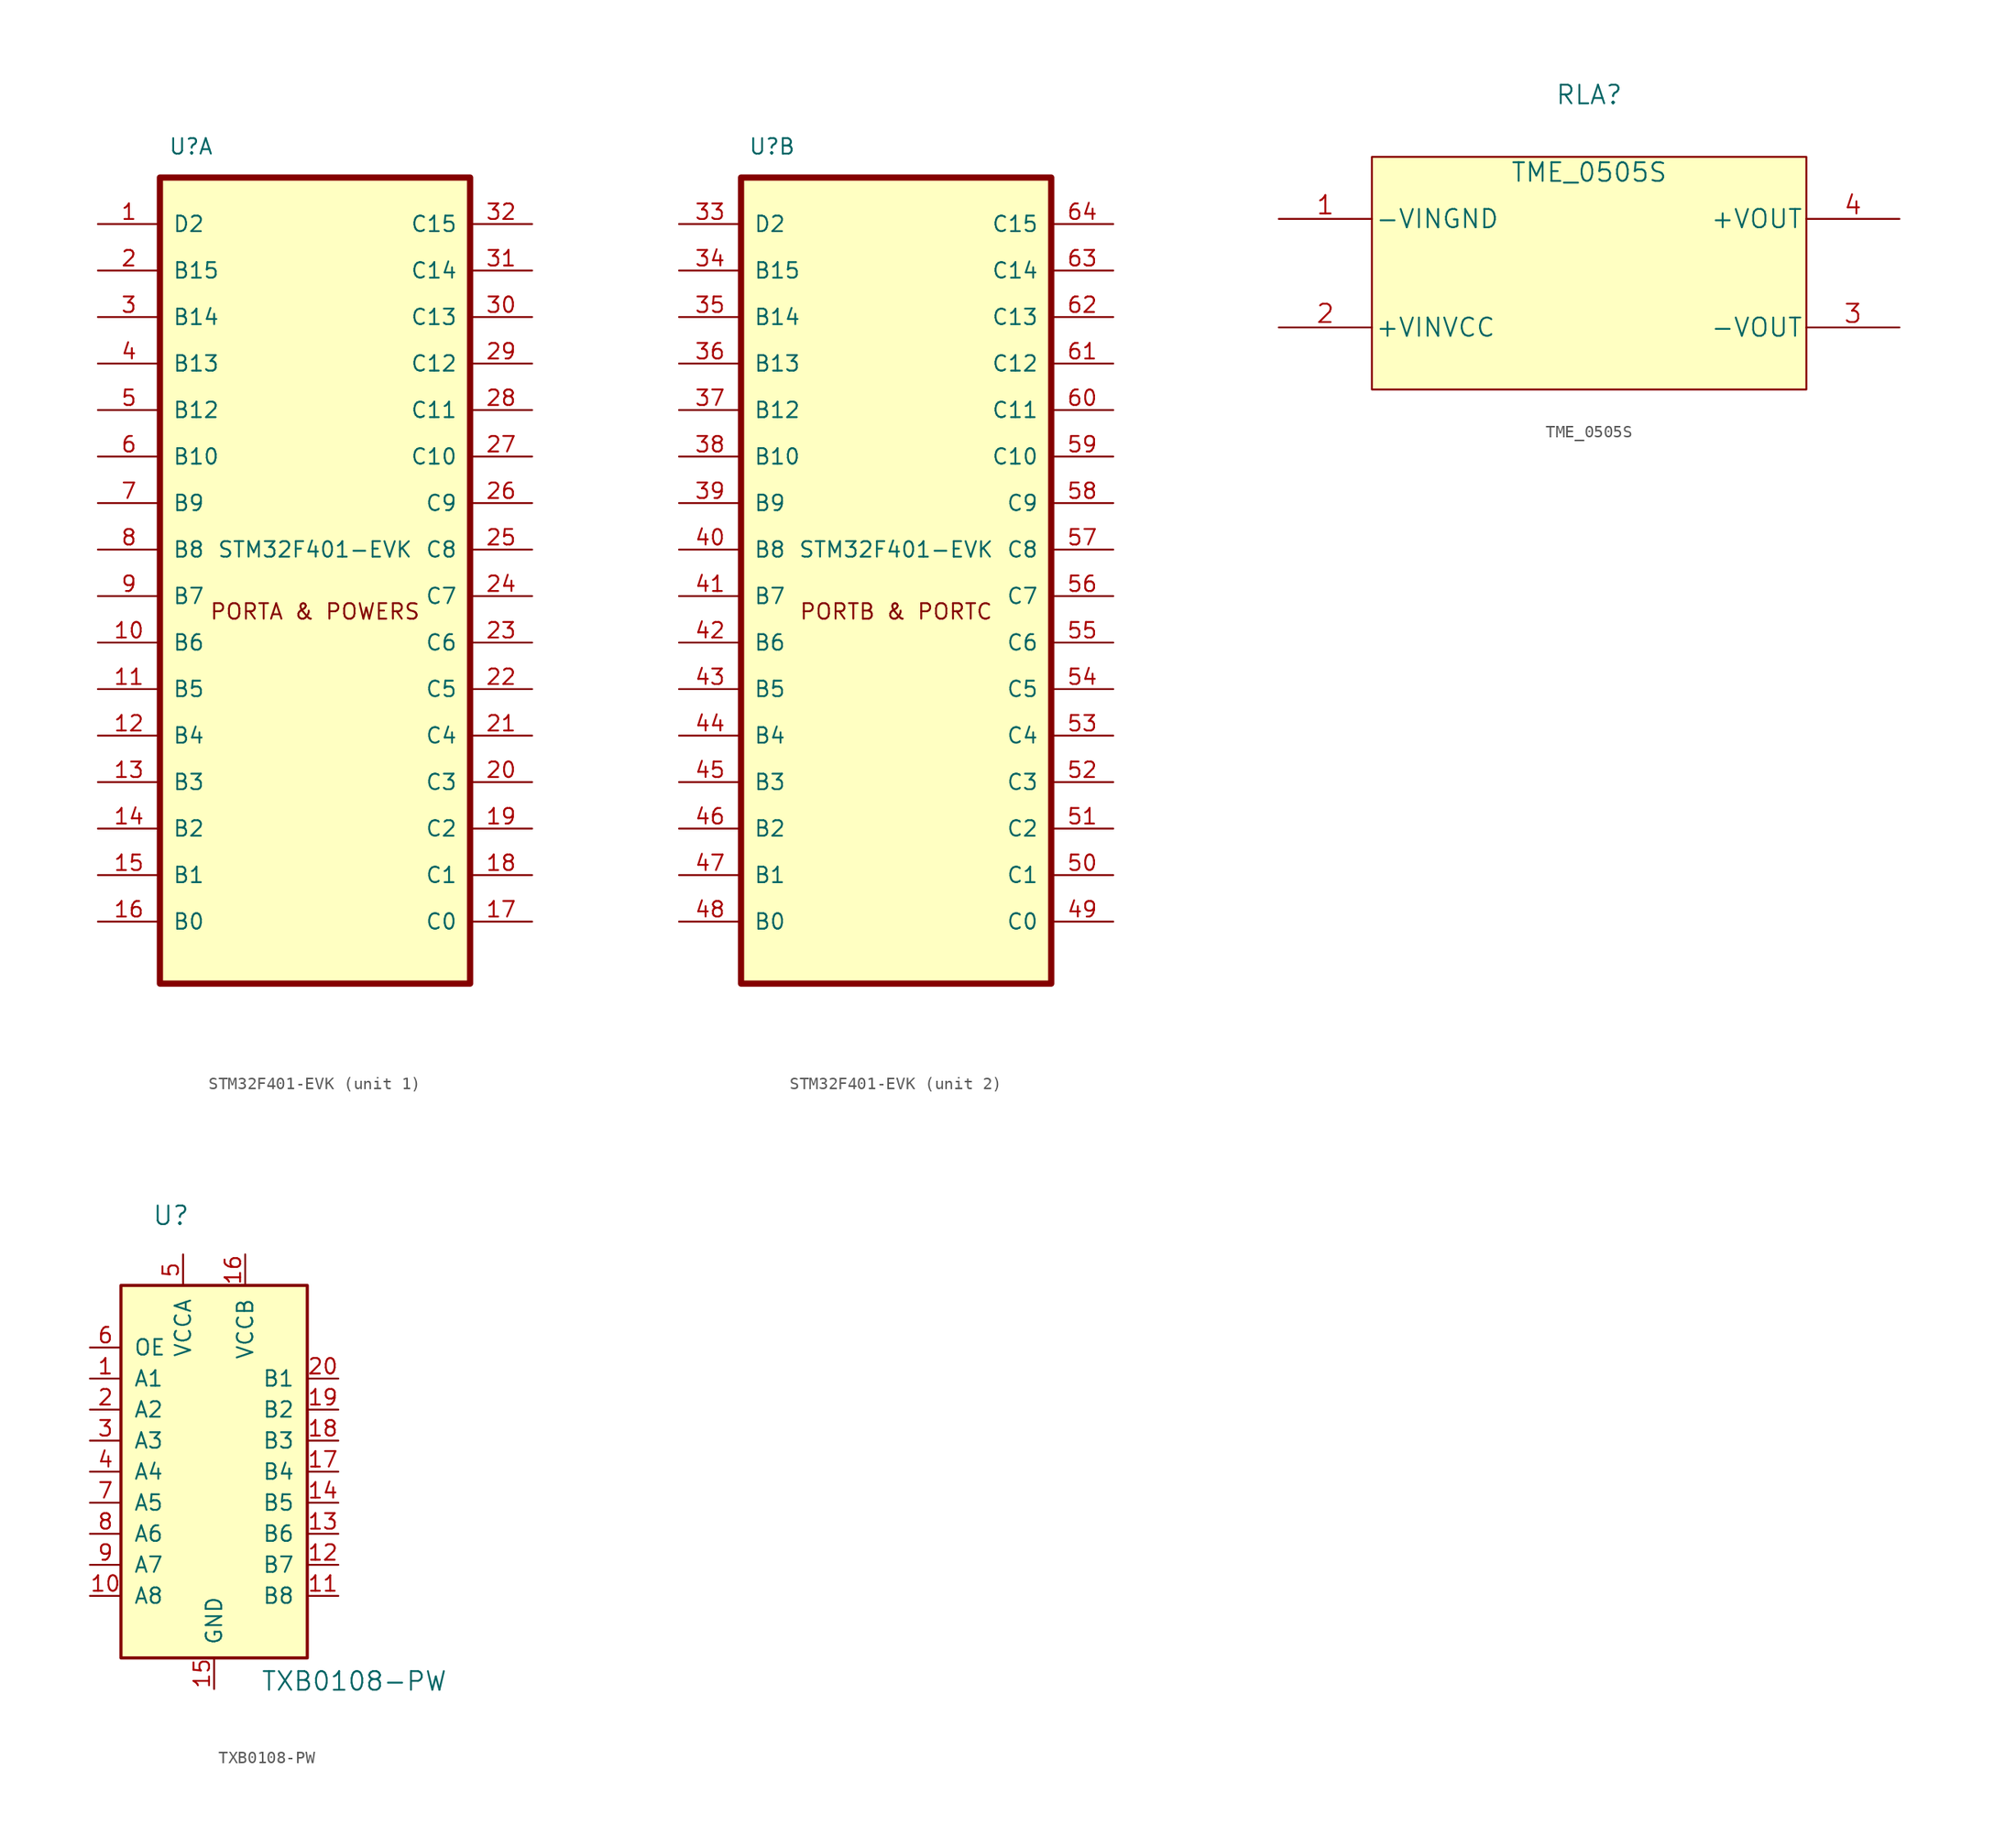
<source format=kicad_sym>
(kicad_symbol_lib
  (version 20241209)
  (generator "kicad_symbol_editor")
  (generator_version "9.0")
  (symbol "STM32F401-EVK"
    (pin_names
      (offset 1.016))
    (property "Reference" "U"
      (at -10.16 53.34 0)
      (effects (font (size 1.27 1.27))))
    (property "Value" "STM32F401-EVK"
      (at 0 20.32 0)
      (effects (font (size 1.27 1.27))))
    (symbol "STM32F401-EVK_0_1"
      (rectangle (start -12.7 50.8) (end 12.7 -15.24) (stroke (width 0.508) (type solid)) (fill (type background))))
    (symbol "STM32F401-EVK_1_0"
      (text "PORTA & POWERS" (at 0 15.24 0) (effects (font (size 1.27 1.27)))))
    (symbol "STM32F401-EVK_1_1"
      (pin bidirectional line (at -17.78 46.99 0) (length 5.08) (name "D2" (effects (font (size 1.27 1.27)))) (number "1" (effects (font (size 1.27 1.27)))))
      (pin bidirectional line (at -17.78 43.18 0) (length 5.08) (name "B15" (effects (font (size 1.27 1.27)))) (number "2" (effects (font (size 1.27 1.27)))))
      (pin bidirectional line (at -17.78 39.37 0) (length 5.08) (name "B14" (effects (font (size 1.27 1.27)))) (number "3" (effects (font (size 1.27 1.27)))))
      (pin bidirectional line (at -17.78 35.56 0) (length 5.08) (name "B13" (effects (font (size 1.27 1.27)))) (number "4" (effects (font (size 1.27 1.27)))))
      (pin bidirectional line (at -17.78 31.75 0) (length 5.08) (name "B12" (effects (font (size 1.27 1.27)))) (number "5" (effects (font (size 1.27 1.27)))))
      (pin bidirectional line (at -17.78 27.94 0) (length 5.08) (name "B10" (effects (font (size 1.27 1.27)))) (number "6" (effects (font (size 1.27 1.27)))))
      (pin bidirectional line (at -17.78 24.13 0) (length 5.08) (name "B9" (effects (font (size 1.27 1.27)))) (number "7" (effects (font (size 1.27 1.27)))))
      (pin bidirectional line (at -17.78 20.32 0) (length 5.08) (name "B8" (effects (font (size 1.27 1.27)))) (number "8" (effects (font (size 1.27 1.27)))))
      (pin bidirectional line (at -17.78 16.51 0) (length 5.08) (name "B7" (effects (font (size 1.27 1.27)))) (number "9" (effects (font (size 1.27 1.27)))))
      (pin bidirectional line (at -17.78 12.7 0) (length 5.08) (name "B6" (effects (font (size 1.27 1.27)))) (number "10" (effects (font (size 1.27 1.27)))))
      (pin bidirectional line (at -17.78 8.89 0) (length 5.08) (name "B5" (effects (font (size 1.27 1.27)))) (number "11" (effects (font (size 1.27 1.27)))))
      (pin bidirectional line (at -17.78 5.08 0) (length 5.08) (name "B4" (effects (font (size 1.27 1.27)))) (number "12" (effects (font (size 1.27 1.27)))))
      (pin bidirectional line (at -17.78 1.27 0) (length 5.08) (name "B3" (effects (font (size 1.27 1.27)))) (number "13" (effects (font (size 1.27 1.27)))))
      (pin bidirectional line (at -17.78 -2.54 0) (length 5.08) (name "B2" (effects (font (size 1.27 1.27)))) (number "14" (effects (font (size 1.27 1.27)))))
      (pin bidirectional line (at -17.78 -6.35 0) (length 5.08) (name "B1" (effects (font (size 1.27 1.27)))) (number "15" (effects (font (size 1.27 1.27)))))
      (pin bidirectional line (at -17.78 -10.16 0) (length 5.08) (name "B0" (effects (font (size 1.27 1.27)))) (number "16" (effects (font (size 1.27 1.27)))))
      (pin bidirectional line (at 17.78 46.99 180) (length 5.08) (name "C15" (effects (font (size 1.27 1.27)))) (number "32" (effects (font (size 1.27 1.27)))))
      (pin bidirectional line (at 17.78 43.18 180) (length 5.08) (name "C14" (effects (font (size 1.27 1.27)))) (number "31" (effects (font (size 1.27 1.27)))))
      (pin bidirectional line (at 17.78 39.37 180) (length 5.08) (name "C13" (effects (font (size 1.27 1.27)))) (number "30" (effects (font (size 1.27 1.27)))))
      (pin bidirectional line (at 17.78 35.56 180) (length 5.08) (name "C12" (effects (font (size 1.27 1.27)))) (number "29" (effects (font (size 1.27 1.27)))))
      (pin bidirectional line (at 17.78 31.75 180) (length 5.08) (name "C11" (effects (font (size 1.27 1.27)))) (number "28" (effects (font (size 1.27 1.27)))))
      (pin bidirectional line (at 17.78 27.94 180) (length 5.08) (name "C10" (effects (font (size 1.27 1.27)))) (number "27" (effects (font (size 1.27 1.27)))))
      (pin bidirectional line (at 17.78 24.13 180) (length 5.08) (name "C9" (effects (font (size 1.27 1.27)))) (number "26" (effects (font (size 1.27 1.27)))))
      (pin bidirectional line (at 17.78 20.32 180) (length 5.08) (name "C8" (effects (font (size 1.27 1.27)))) (number "25" (effects (font (size 1.27 1.27)))))
      (pin bidirectional line (at 17.78 16.51 180) (length 5.08) (name "C7" (effects (font (size 1.27 1.27)))) (number "24" (effects (font (size 1.27 1.27)))))
      (pin bidirectional line (at 17.78 12.7 180) (length 5.08) (name "C6" (effects (font (size 1.27 1.27)))) (number "23" (effects (font (size 1.27 1.27)))))
      (pin bidirectional line (at 17.78 8.89 180) (length 5.08) (name "C5" (effects (font (size 1.27 1.27)))) (number "22" (effects (font (size 1.27 1.27)))))
      (pin bidirectional line (at 17.78 5.08 180) (length 5.08) (name "C4" (effects (font (size 1.27 1.27)))) (number "21" (effects (font (size 1.27 1.27)))))
      (pin bidirectional line (at 17.78 1.27 180) (length 5.08) (name "C3" (effects (font (size 1.27 1.27)))) (number "20" (effects (font (size 1.27 1.27)))))
      (pin bidirectional line (at 17.78 -2.54 180) (length 5.08) (name "C2" (effects (font (size 1.27 1.27)))) (number "19" (effects (font (size 1.27 1.27)))))
      (pin bidirectional line (at 17.78 -6.35 180) (length 5.08) (name "C1" (effects (font (size 1.27 1.27)))) (number "18" (effects (font (size 1.27 1.27)))))
      (pin bidirectional line (at 17.78 -10.16 180) (length 5.08) (name "C0" (effects (font (size 1.27 1.27)))) (number "17" (effects (font (size 1.27 1.27))))))
    (symbol "STM32F401-EVK_2_0"
      (text "PORTB & PORTC" (at 0 15.24 0) (effects (font (size 1.27 1.27)))))
    (symbol "STM32F401-EVK_2_1"
      (pin bidirectional line (at -17.78 46.99 0) (length 5.08) (name "D2" (effects (font (size 1.27 1.27)))) (number "33" (effects (font (size 1.27 1.27)))))
      (pin bidirectional line (at -17.78 43.18 0) (length 5.08) (name "B15" (effects (font (size 1.27 1.27)))) (number "34" (effects (font (size 1.27 1.27)))))
      (pin bidirectional line (at -17.78 39.37 0) (length 5.08) (name "B14" (effects (font (size 1.27 1.27)))) (number "35" (effects (font (size 1.27 1.27)))))
      (pin bidirectional line (at -17.78 35.56 0) (length 5.08) (name "B13" (effects (font (size 1.27 1.27)))) (number "36" (effects (font (size 1.27 1.27)))))
      (pin bidirectional line (at -17.78 31.75 0) (length 5.08) (name "B12" (effects (font (size 1.27 1.27)))) (number "37" (effects (font (size 1.27 1.27)))))
      (pin bidirectional line (at -17.78 27.94 0) (length 5.08) (name "B10" (effects (font (size 1.27 1.27)))) (number "38" (effects (font (size 1.27 1.27)))))
      (pin bidirectional line (at -17.78 24.13 0) (length 5.08) (name "B9" (effects (font (size 1.27 1.27)))) (number "39" (effects (font (size 1.27 1.27)))))
      (pin bidirectional line (at -17.78 20.32 0) (length 5.08) (name "B8" (effects (font (size 1.27 1.27)))) (number "40" (effects (font (size 1.27 1.27)))))
      (pin bidirectional line (at -17.78 16.51 0) (length 5.08) (name "B7" (effects (font (size 1.27 1.27)))) (number "41" (effects (font (size 1.27 1.27)))))
      (pin bidirectional line (at -17.78 12.7 0) (length 5.08) (name "B6" (effects (font (size 1.27 1.27)))) (number "42" (effects (font (size 1.27 1.27)))))
      (pin bidirectional line (at -17.78 8.89 0) (length 5.08) (name "B5" (effects (font (size 1.27 1.27)))) (number "43" (effects (font (size 1.27 1.27)))))
      (pin bidirectional line (at -17.78 5.08 0) (length 5.08) (name "B4" (effects (font (size 1.27 1.27)))) (number "44" (effects (font (size 1.27 1.27)))))
      (pin bidirectional line (at -17.78 1.27 0) (length 5.08) (name "B3" (effects (font (size 1.27 1.27)))) (number "45" (effects (font (size 1.27 1.27)))))
      (pin bidirectional line (at -17.78 -2.54 0) (length 5.08) (name "B2" (effects (font (size 1.27 1.27)))) (number "46" (effects (font (size 1.27 1.27)))))
      (pin bidirectional line (at -17.78 -6.35 0) (length 5.08) (name "B1" (effects (font (size 1.27 1.27)))) (number "47" (effects (font (size 1.27 1.27)))))
      (pin bidirectional line (at -17.78 -10.16 0) (length 5.08) (name "B0" (effects (font (size 1.27 1.27)))) (number "48" (effects (font (size 1.27 1.27)))))
      (pin bidirectional line (at 17.78 46.99 180) (length 5.08) (name "C15" (effects (font (size 1.27 1.27)))) (number "64" (effects (font (size 1.27 1.27)))))
      (pin bidirectional line (at 17.78 43.18 180) (length 5.08) (name "C14" (effects (font (size 1.27 1.27)))) (number "63" (effects (font (size 1.27 1.27)))))
      (pin bidirectional line (at 17.78 39.37 180) (length 5.08) (name "C13" (effects (font (size 1.27 1.27)))) (number "62" (effects (font (size 1.27 1.27)))))
      (pin bidirectional line (at 17.78 35.56 180) (length 5.08) (name "C12" (effects (font (size 1.27 1.27)))) (number "61" (effects (font (size 1.27 1.27)))))
      (pin bidirectional line (at 17.78 31.75 180) (length 5.08) (name "C11" (effects (font (size 1.27 1.27)))) (number "60" (effects (font (size 1.27 1.27)))))
      (pin bidirectional line (at 17.78 27.94 180) (length 5.08) (name "C10" (effects (font (size 1.27 1.27)))) (number "59" (effects (font (size 1.27 1.27)))))
      (pin bidirectional line (at 17.78 24.13 180) (length 5.08) (name "C9" (effects (font (size 1.27 1.27)))) (number "58" (effects (font (size 1.27 1.27)))))
      (pin bidirectional line (at 17.78 20.32 180) (length 5.08) (name "C8" (effects (font (size 1.27 1.27)))) (number "57" (effects (font (size 1.27 1.27)))))
      (pin bidirectional line (at 17.78 16.51 180) (length 5.08) (name "C7" (effects (font (size 1.27 1.27)))) (number "56" (effects (font (size 1.27 1.27)))))
      (pin bidirectional line (at 17.78 12.7 180) (length 5.08) (name "C6" (effects (font (size 1.27 1.27)))) (number "55" (effects (font (size 1.27 1.27)))))
      (pin bidirectional line (at 17.78 8.89 180) (length 5.08) (name "C5" (effects (font (size 1.27 1.27)))) (number "54" (effects (font (size 1.27 1.27)))))
      (pin bidirectional line (at 17.78 5.08 180) (length 5.08) (name "C4" (effects (font (size 1.27 1.27)))) (number "53" (effects (font (size 1.27 1.27)))))
      (pin bidirectional line (at 17.78 1.27 180) (length 5.08) (name "C3" (effects (font (size 1.27 1.27)))) (number "52" (effects (font (size 1.27 1.27)))))
      (pin bidirectional line (at 17.78 -2.54 180) (length 5.08) (name "C2" (effects (font (size 1.27 1.27)))) (number "51" (effects (font (size 1.27 1.27)))))
      (pin bidirectional line (at 17.78 -6.35 180) (length 5.08) (name "C1" (effects (font (size 1.27 1.27)))) (number "50" (effects (font (size 1.27 1.27)))))
      (pin bidirectional line (at 17.78 -10.16 180) (length 5.08) (name "C0" (effects (font (size 1.27 1.27)))) (number "49" (effects (font (size 1.27 1.27)))))))
  (symbol "TME_0505S"
    (pin_names
      (offset 0.254))
    (property "Reference" "RLA"
      (at 25.4 17.78 0)
      (effects (font (size 1.524 1.524))))
    (property "Value" "TME_0505S"
      (at 25.4 11.43 0)
      (effects (font (size 1.524 1.524))))
    (property "Datasheet" ""
      (at 0 0 0)
      (effects (font (size 1.524 1.524))))
    (property "ki_locked" ""
      (at 0 0 0)
      (effects (font (size 1.27 1.27))))
    (symbol "TME_0505S_1_1"
      (rectangle (start 7.62 12.7) (end 43.18 -6.35) (stroke (width 0) (type solid)) (fill (type background)))
      (pin power_in line (at 0 7.62 0) (length 7.62) (name "-VINGND" (effects (font (size 1.499 1.499)))) (number "1" (effects (font (size 1.499 1.499)))))
      (pin power_in line (at 0 -1.27 0) (length 7.62) (name "+VINVCC" (effects (font (size 1.499 1.499)))) (number "2" (effects (font (size 1.499 1.499)))))
      (pin power_in line (at 50.8 7.62 180) (length 7.62) (name "+VOUT" (effects (font (size 1.499 1.499)))) (number "4" (effects (font (size 1.499 1.499)))))
      (pin power_in line (at 50.8 -1.27 180) (length 7.62) (name "-VOUT" (effects (font (size 1.499 1.499)))) (number "3" (effects (font (size 1.499 1.499)))))))
  (symbol "TXB0108-PW"
    (pin_names
      (offset 1.016))
    (property "Reference" "U"
      (at -5.08 19.05 0)
      (effects (font (size 1.524 1.524)) (justify left)))
    (property "Value" "TXB0108-PW"
      (at 3.81 -19.05 0)
      (effects (font (size 1.524 1.524)) (justify left)))
    (symbol "TXB0108-PW_1_1"
      (rectangle (start -7.62 13.335) (end 7.62 -17.145) (stroke (width 0.254) (type solid)) (fill (type background)))
      (pin input line (at -10.16 8.255 0) (length 2.54) (name "OE" (effects (font (size 1.27 1.27)))) (number "6" (effects (font (size 1.27 1.27)))))
      (pin bidirectional line (at -10.16 5.715 0) (length 2.54) (name "A1" (effects (font (size 1.27 1.27)))) (number "1" (effects (font (size 1.27 1.27)))))
      (pin bidirectional line (at -10.16 3.175 0) (length 2.54) (name "A2" (effects (font (size 1.27 1.27)))) (number "2" (effects (font (size 1.27 1.27)))))
      (pin bidirectional line (at -10.16 0.635 0) (length 2.54) (name "A3" (effects (font (size 1.27 1.27)))) (number "3" (effects (font (size 1.27 1.27)))))
      (pin bidirectional line (at -10.16 -1.905 0) (length 2.54) (name "A4" (effects (font (size 1.27 1.27)))) (number "4" (effects (font (size 1.27 1.27)))))
      (pin bidirectional line (at -10.16 -4.445 0) (length 2.54) (name "A5" (effects (font (size 1.27 1.27)))) (number "7" (effects (font (size 1.27 1.27)))))
      (pin bidirectional line (at -10.16 -6.985 0) (length 2.54) (name "A6" (effects (font (size 1.27 1.27)))) (number "8" (effects (font (size 1.27 1.27)))))
      (pin bidirectional line (at -10.16 -9.525 0) (length 2.54) (name "A7" (effects (font (size 1.27 1.27)))) (number "9" (effects (font (size 1.27 1.27)))))
      (pin bidirectional line (at -10.16 -12.065 0) (length 2.54) (name "A8" (effects (font (size 1.27 1.27)))) (number "10" (effects (font (size 1.27 1.27)))))
      (pin power_in line (at -2.54 15.875 270) (length 2.54) (name "VCCA" (effects (font (size 1.27 1.27)))) (number "5" (effects (font (size 1.27 1.27)))))
      (pin input line (at 0 -19.685 90) (length 2.54) (name "GND" (effects (font (size 1.27 1.27)))) (number "15" (effects (font (size 1.27 1.27)))))
      (pin power_in line (at 2.54 15.875 270) (length 2.54) (name "VCCB" (effects (font (size 1.27 1.27)))) (number "16" (effects (font (size 1.27 1.27)))))
      (pin bidirectional line (at 10.16 5.715 180) (length 2.54) (name "B1" (effects (font (size 1.27 1.27)))) (number "20" (effects (font (size 1.27 1.27)))))
      (pin bidirectional line (at 10.16 3.175 180) (length 2.54) (name "B2" (effects (font (size 1.27 1.27)))) (number "19" (effects (font (size 1.27 1.27)))))
      (pin bidirectional line (at 10.16 0.635 180) (length 2.54) (name "B3" (effects (font (size 1.27 1.27)))) (number "18" (effects (font (size 1.27 1.27)))))
      (pin bidirectional line (at 10.16 -1.905 180) (length 2.54) (name "B4" (effects (font (size 1.27 1.27)))) (number "17" (effects (font (size 1.27 1.27)))))
      (pin bidirectional line (at 10.16 -4.445 180) (length 2.54) (name "B5" (effects (font (size 1.27 1.27)))) (number "14" (effects (font (size 1.27 1.27)))))
      (pin bidirectional line (at 10.16 -6.985 180) (length 2.54) (name "B6" (effects (font (size 1.27 1.27)))) (number "13" (effects (font (size 1.27 1.27)))))
      (pin bidirectional line (at 10.16 -9.525 180) (length 2.54) (name "B7" (effects (font (size 1.27 1.27)))) (number "12" (effects (font (size 1.27 1.27)))))
      (pin bidirectional line (at 10.16 -12.065 180) (length 2.54) (name "B8" (effects (font (size 1.27 1.27)))) (number "11" (effects (font (size 1.27 1.27))))))))
</source>
